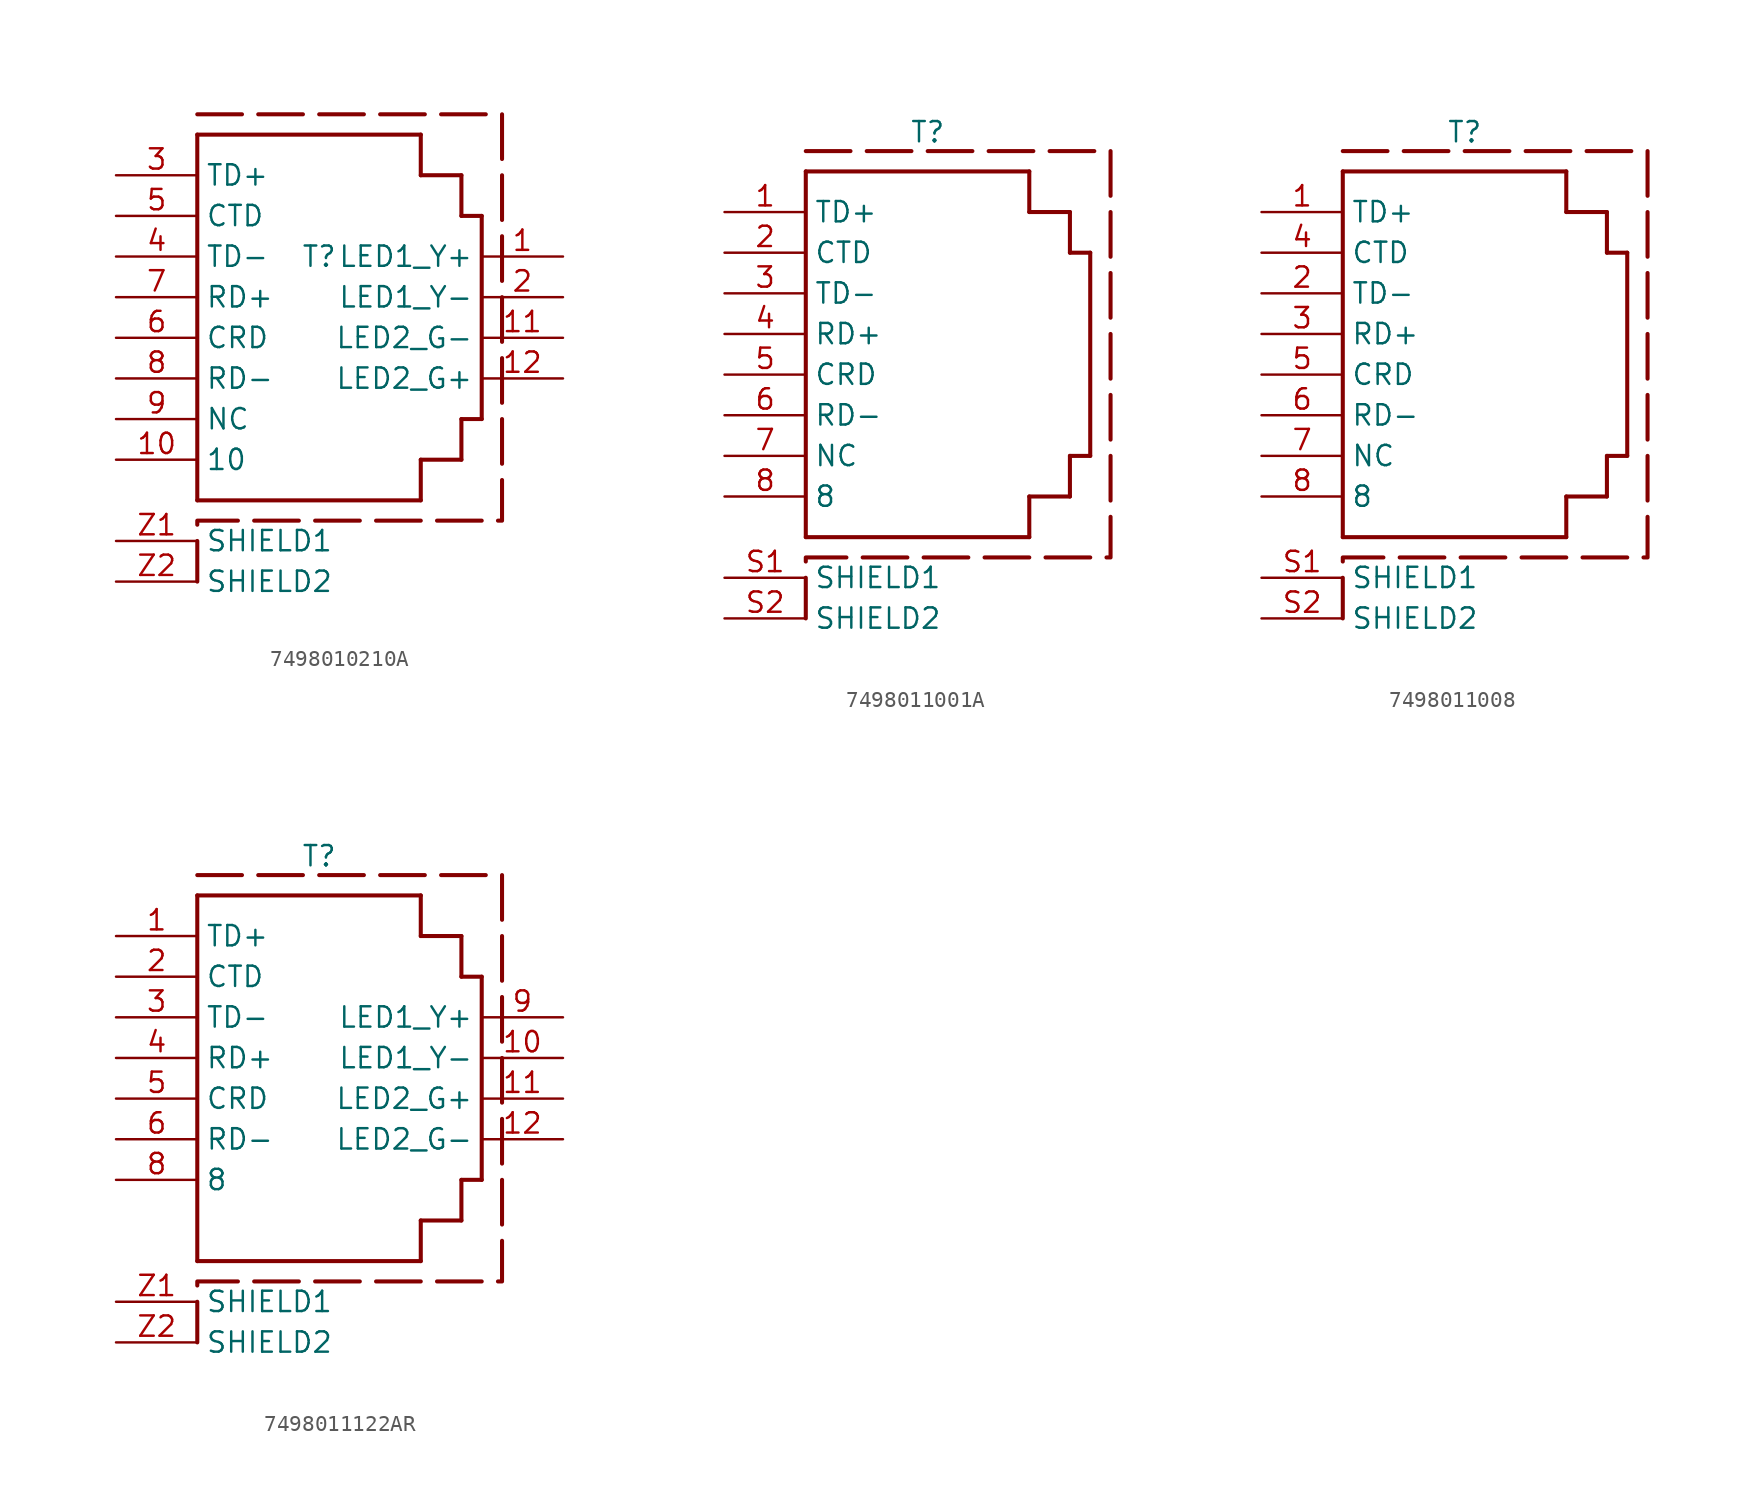
<source format=kicad_sym>
(kicad_symbol_lib
  (version 20220914)
  (generator kicad_symbol_editor)
  (symbol "7498010210A"
    (property "Reference" "T"
      (at 0 5.08 0)
      (effects (font (size 1.27 1.27))))
    (property "Critical Parameter" ""
      (at 0 -5.08 0)
      (effects (font (size 1.27 1.27)) (justify left)))
    (symbol "7498010210A_0_0"
      (polyline (pts (xy -7.62 -10.16) (xy -7.62 12.7)) (stroke (width 0.254) (type default)) (fill (type none)))
      (polyline (pts (xy -7.62 12.7) (xy 6.35 12.7)) (stroke (width 0.254) (type default)) (fill (type none)))
      (polyline (pts (xy 6.35 -10.16) (xy -7.62 -10.16)) (stroke (width 0.254) (type default)) (fill (type none)))
      (polyline (pts (xy 6.35 -10.16) (xy 6.35 -7.62)) (stroke (width 0.254) (type default)) (fill (type none)))
      (polyline (pts (xy 6.35 -7.62) (xy 8.89 -7.62)) (stroke (width 0.254) (type default)) (fill (type none)))
      (polyline (pts (xy 6.35 10.16) (xy 8.89 10.16)) (stroke (width 0.254) (type default)) (fill (type none)))
      (polyline (pts (xy 6.35 12.7) (xy 6.35 10.16)) (stroke (width 0.254) (type default)) (fill (type none)))
      (polyline (pts (xy 8.89 -7.62) (xy 8.89 -5.08)) (stroke (width 0.254) (type default)) (fill (type none)))
      (polyline (pts (xy 8.89 -5.08) (xy 10.16 -5.08)) (stroke (width 0.254) (type default)) (fill (type none)))
      (polyline (pts (xy 8.89 7.62) (xy 10.16 7.62)) (stroke (width 0.254) (type default)) (fill (type none)))
      (polyline (pts (xy 8.89 10.16) (xy 8.89 7.62)) (stroke (width 0.254) (type default)) (fill (type none)))
      (polyline (pts (xy 10.16 7.62) (xy 10.16 -5.08)) (stroke (width 0.254) (type default)) (fill (type none)))
      (pin passive line (at -12.7 -7.62 0) (length 5.08) (name "10" (effects (font (size 1.27 1.27)))) (number "10" (effects (font (size 1.27 1.27)))))
      (pin passive line (at -12.7 10.16 0) (length 5.08) (name "TD+" (effects (font (size 1.27 1.27)))) (number "3" (effects (font (size 1.27 1.27)))))
      (pin passive line (at -12.7 5.08 0) (length 5.08) (name "TD-" (effects (font (size 1.27 1.27)))) (number "4" (effects (font (size 1.27 1.27)))))
      (pin passive line (at -12.7 7.62 0) (length 5.08) (name "CTD" (effects (font (size 1.27 1.27)))) (number "5" (effects (font (size 1.27 1.27)))))
      (pin passive line (at -12.7 0 0) (length 5.08) (name "CRD" (effects (font (size 1.27 1.27)))) (number "6" (effects (font (size 1.27 1.27)))))
      (pin passive line (at -12.7 2.54 0) (length 5.08) (name "RD+" (effects (font (size 1.27 1.27)))) (number "7" (effects (font (size 1.27 1.27)))))
      (pin passive line (at -12.7 -2.54 0) (length 5.08) (name "RD-" (effects (font (size 1.27 1.27)))) (number "8" (effects (font (size 1.27 1.27)))))
      (pin passive line (at -12.7 -5.08 0) (length 5.08) (name "NC" (effects (font (size 1.27 1.27)))) (number "9" (effects (font (size 1.27 1.27)))))
      (pin passive line (at -12.7 -12.7 0) (length 5.08) (name "SHIELD1" (effects (font (size 1.27 1.27)))) (number "Z1" (effects (font (size 1.27 1.27)))))
      (pin passive line (at -12.7 -15.24 0) (length 5.08) (name "SHIELD2" (effects (font (size 1.27 1.27)))) (number "Z2" (effects (font (size 1.27 1.27))))))
    (symbol "7498010210A_1_0"
      (pin passive line (at 15.24 5.08 180) (length 5.08) (name "LED1_Y+" (effects (font (size 1.27 1.27)))) (number "1" (effects (font (size 1.27 1.27)))))
      (pin passive line (at 15.24 0 180) (length 5.08) (name "LED2_G-" (effects (font (size 1.27 1.27)))) (number "11" (effects (font (size 1.27 1.27)))))
      (pin passive line (at 15.24 -2.54 180) (length 5.08) (name "LED2_G+" (effects (font (size 1.27 1.27)))) (number "12" (effects (font (size 1.27 1.27)))))
      (pin passive line (at 15.24 2.54 180) (length 5.08) (name "LED1_Y-" (effects (font (size 1.27 1.27)))) (number "2" (effects (font (size 1.27 1.27))))))
    (symbol "7498010210A_1_1"
      (polyline (pts (xy -7.62 13.97) (xy 11.43 13.97) (xy 11.43 -11.43) (xy -7.62 -11.43) (xy -7.62 -15.24)) (stroke (width 0.254) (type dash)) (fill (type none)))))
  (symbol "7498011001A"
    (property "Reference" "T"
      (at 0 15.16 0)
      (effects (font (size 1.27 1.27))))
    (property "Critical Parameter" ""
      (at 0 -5.08 0)
      (effects (font (size 1.27 1.27)) (justify left)))
    (symbol "7498011001A_0_0"
      (polyline (pts (xy -7.62 -10.16) (xy -7.62 12.7)) (stroke (width 0.254) (type default)) (fill (type none)))
      (polyline (pts (xy -7.62 12.7) (xy 6.35 12.7)) (stroke (width 0.254) (type default)) (fill (type none)))
      (polyline (pts (xy 6.35 -10.16) (xy -7.62 -10.16)) (stroke (width 0.254) (type default)) (fill (type none)))
      (polyline (pts (xy 6.35 -10.16) (xy 6.35 -7.62)) (stroke (width 0.254) (type default)) (fill (type none)))
      (polyline (pts (xy 6.35 -7.62) (xy 8.89 -7.62)) (stroke (width 0.254) (type default)) (fill (type none)))
      (polyline (pts (xy 6.35 10.16) (xy 8.89 10.16)) (stroke (width 0.254) (type default)) (fill (type none)))
      (polyline (pts (xy 6.35 12.7) (xy 6.35 10.16)) (stroke (width 0.254) (type default)) (fill (type none)))
      (polyline (pts (xy 8.89 -7.62) (xy 8.89 -5.08)) (stroke (width 0.254) (type default)) (fill (type none)))
      (polyline (pts (xy 8.89 -5.08) (xy 10.16 -5.08)) (stroke (width 0.254) (type default)) (fill (type none)))
      (polyline (pts (xy 8.89 7.62) (xy 10.16 7.62)) (stroke (width 0.254) (type default)) (fill (type none)))
      (polyline (pts (xy 8.89 10.16) (xy 8.89 7.62)) (stroke (width 0.254) (type default)) (fill (type none)))
      (polyline (pts (xy 10.16 7.62) (xy 10.16 -5.08)) (stroke (width 0.254) (type default)) (fill (type none)))
      (pin passive line (at -12.7 10.16 0) (length 5.08) (name "TD+" (effects (font (size 1.27 1.27)))) (number "1" (effects (font (size 1.27 1.27)))))
      (pin passive line (at -12.7 7.62 0) (length 5.08) (name "CTD" (effects (font (size 1.27 1.27)))) (number "2" (effects (font (size 1.27 1.27)))))
      (pin passive line (at -12.7 5.08 0) (length 5.08) (name "TD-" (effects (font (size 1.27 1.27)))) (number "3" (effects (font (size 1.27 1.27)))))
      (pin passive line (at -12.7 2.54 0) (length 5.08) (name "RD+" (effects (font (size 1.27 1.27)))) (number "4" (effects (font (size 1.27 1.27)))))
      (pin passive line (at -12.7 0 0) (length 5.08) (name "CRD" (effects (font (size 1.27 1.27)))) (number "5" (effects (font (size 1.27 1.27)))))
      (pin passive line (at -12.7 -2.54 0) (length 5.08) (name "RD-" (effects (font (size 1.27 1.27)))) (number "6" (effects (font (size 1.27 1.27)))))
      (pin passive line (at -12.7 -5.08 0) (length 5.08) (name "NC" (effects (font (size 1.27 1.27)))) (number "7" (effects (font (size 1.27 1.27)))))
      (pin passive line (at -12.7 -7.62 0) (length 5.08) (name "8" (effects (font (size 1.27 1.27)))) (number "8" (effects (font (size 1.27 1.27)))))
      (pin passive line (at -12.7 -12.7 0) (length 5.08) (name "SHIELD1" (effects (font (size 1.27 1.27)))) (number "S1" (effects (font (size 1.27 1.27)))))
      (pin passive line (at -12.7 -15.24 0) (length 5.08) (name "SHIELD2" (effects (font (size 1.27 1.27)))) (number "S2" (effects (font (size 1.27 1.27))))))
    (symbol "7498011001A_1_1"
      (polyline (pts (xy -7.62 13.97) (xy 11.43 13.97) (xy 11.43 -11.43) (xy -7.62 -11.43) (xy -7.62 -15.24)) (stroke (width 0.254) (type dash)) (fill (type none)))))
  (symbol "7498011008"
    (property "Reference" "T"
      (at 0 15.16 0)
      (effects (font (size 1.27 1.27))))
    (property "Critical Parameter" ""
      (at 0 -5.08 0)
      (effects (font (size 1.27 1.27)) (justify left)))
    (symbol "7498011008_0_0"
      (polyline (pts (xy -7.62 -10.16) (xy -7.62 12.7)) (stroke (width 0.254) (type default)) (fill (type none)))
      (polyline (pts (xy -7.62 12.7) (xy 6.35 12.7)) (stroke (width 0.254) (type default)) (fill (type none)))
      (polyline (pts (xy 6.35 -10.16) (xy -7.62 -10.16)) (stroke (width 0.254) (type default)) (fill (type none)))
      (polyline (pts (xy 6.35 -10.16) (xy 6.35 -7.62)) (stroke (width 0.254) (type default)) (fill (type none)))
      (polyline (pts (xy 6.35 -7.62) (xy 8.89 -7.62)) (stroke (width 0.254) (type default)) (fill (type none)))
      (polyline (pts (xy 6.35 10.16) (xy 8.89 10.16)) (stroke (width 0.254) (type default)) (fill (type none)))
      (polyline (pts (xy 6.35 12.7) (xy 6.35 10.16)) (stroke (width 0.254) (type default)) (fill (type none)))
      (polyline (pts (xy 8.89 -7.62) (xy 8.89 -5.08)) (stroke (width 0.254) (type default)) (fill (type none)))
      (polyline (pts (xy 8.89 -5.08) (xy 10.16 -5.08)) (stroke (width 0.254) (type default)) (fill (type none)))
      (polyline (pts (xy 8.89 7.62) (xy 10.16 7.62)) (stroke (width 0.254) (type default)) (fill (type none)))
      (polyline (pts (xy 8.89 10.16) (xy 8.89 7.62)) (stroke (width 0.254) (type default)) (fill (type none)))
      (polyline (pts (xy 10.16 7.62) (xy 10.16 -5.08)) (stroke (width 0.254) (type default)) (fill (type none)))
      (pin passive line (at -12.7 10.16 0) (length 5.08) (name "TD+" (effects (font (size 1.27 1.27)))) (number "1" (effects (font (size 1.27 1.27)))))
      (pin passive line (at -12.7 5.08 0) (length 5.08) (name "TD-" (effects (font (size 1.27 1.27)))) (number "2" (effects (font (size 1.27 1.27)))))
      (pin passive line (at -12.7 2.54 0) (length 5.08) (name "RD+" (effects (font (size 1.27 1.27)))) (number "3" (effects (font (size 1.27 1.27)))))
      (pin passive line (at -12.7 7.62 0) (length 5.08) (name "CTD" (effects (font (size 1.27 1.27)))) (number "4" (effects (font (size 1.27 1.27)))))
      (pin passive line (at -12.7 0 0) (length 5.08) (name "CRD" (effects (font (size 1.27 1.27)))) (number "5" (effects (font (size 1.27 1.27)))))
      (pin passive line (at -12.7 -2.54 0) (length 5.08) (name "RD-" (effects (font (size 1.27 1.27)))) (number "6" (effects (font (size 1.27 1.27)))))
      (pin passive line (at -12.7 -5.08 0) (length 5.08) (name "NC" (effects (font (size 1.27 1.27)))) (number "7" (effects (font (size 1.27 1.27)))))
      (pin passive line (at -12.7 -7.62 0) (length 5.08) (name "8" (effects (font (size 1.27 1.27)))) (number "8" (effects (font (size 1.27 1.27)))))
      (pin passive line (at -12.7 -12.7 0) (length 5.08) (name "SHIELD1" (effects (font (size 1.27 1.27)))) (number "S1" (effects (font (size 1.27 1.27)))))
      (pin passive line (at -12.7 -15.24 0) (length 5.08) (name "SHIELD2" (effects (font (size 1.27 1.27)))) (number "S2" (effects (font (size 1.27 1.27))))))
    (symbol "7498011008_1_1"
      (polyline (pts (xy -1.27 13.97) (xy -1.27 13.97)) (stroke (width 0) (type default)) (fill (type none)))
      (polyline (pts (xy -7.62 13.97) (xy 11.43 13.97) (xy 11.43 -11.43) (xy -7.62 -11.43) (xy -7.62 -15.24)) (stroke (width 0.254) (type dash)) (fill (type none)))))
  (symbol "7498011122AR"
    (property "Reference" "T"
      (at 0 15.16 0)
      (effects (font (size 1.27 1.27))))
    (property "Critical Parameter" ""
      (at 0 -5.08 0)
      (effects (font (size 1.27 1.27)) (justify left)))
    (symbol "7498011122AR_0_0"
      (polyline (pts (xy -7.62 -10.16) (xy -7.62 12.7)) (stroke (width 0.254) (type default)) (fill (type none)))
      (polyline (pts (xy -7.62 12.7) (xy 6.35 12.7)) (stroke (width 0.254) (type default)) (fill (type none)))
      (polyline (pts (xy 6.35 -10.16) (xy -7.62 -10.16)) (stroke (width 0.254) (type default)) (fill (type none)))
      (polyline (pts (xy 6.35 -10.16) (xy 6.35 -7.62)) (stroke (width 0.254) (type default)) (fill (type none)))
      (polyline (pts (xy 6.35 -7.62) (xy 8.89 -7.62)) (stroke (width 0.254) (type default)) (fill (type none)))
      (polyline (pts (xy 6.35 10.16) (xy 8.89 10.16)) (stroke (width 0.254) (type default)) (fill (type none)))
      (polyline (pts (xy 6.35 12.7) (xy 6.35 10.16)) (stroke (width 0.254) (type default)) (fill (type none)))
      (polyline (pts (xy 8.89 -7.62) (xy 8.89 -5.08)) (stroke (width 0.254) (type default)) (fill (type none)))
      (polyline (pts (xy 8.89 -5.08) (xy 10.16 -5.08)) (stroke (width 0.254) (type default)) (fill (type none)))
      (polyline (pts (xy 8.89 7.62) (xy 10.16 7.62)) (stroke (width 0.254) (type default)) (fill (type none)))
      (polyline (pts (xy 8.89 10.16) (xy 8.89 7.62)) (stroke (width 0.254) (type default)) (fill (type none)))
      (polyline (pts (xy 10.16 7.62) (xy 10.16 -5.08)) (stroke (width 0.254) (type default)) (fill (type none)))
      (pin passive line (at -12.7 10.16 0) (length 5.08) (name "TD+" (effects (font (size 1.27 1.27)))) (number "1" (effects (font (size 1.27 1.27)))))
      (pin passive line (at -12.7 7.62 0) (length 5.08) (name "CTD" (effects (font (size 1.27 1.27)))) (number "2" (effects (font (size 1.27 1.27)))))
      (pin passive line (at -12.7 5.08 0) (length 5.08) (name "TD-" (effects (font (size 1.27 1.27)))) (number "3" (effects (font (size 1.27 1.27)))))
      (pin passive line (at -12.7 2.54 0) (length 5.08) (name "RD+" (effects (font (size 1.27 1.27)))) (number "4" (effects (font (size 1.27 1.27)))))
      (pin passive line (at -12.7 0 0) (length 5.08) (name "CRD" (effects (font (size 1.27 1.27)))) (number "5" (effects (font (size 1.27 1.27)))))
      (pin passive line (at -12.7 -2.54 0) (length 5.08) (name "RD-" (effects (font (size 1.27 1.27)))) (number "6" (effects (font (size 1.27 1.27)))))
      (pin passive line (at -12.7 -5.08 0) (length 5.08) (name "8" (effects (font (size 1.27 1.27)))) (number "8" (effects (font (size 1.27 1.27)))))
      (pin passive line (at -12.7 -12.7 0) (length 5.08) (name "SHIELD1" (effects (font (size 1.27 1.27)))) (number "Z1" (effects (font (size 1.27 1.27)))))
      (pin passive line (at -12.7 -15.24 0) (length 5.08) (name "SHIELD2" (effects (font (size 1.27 1.27)))) (number "Z2" (effects (font (size 1.27 1.27))))))
    (symbol "7498011122AR_1_0"
      (pin passive line (at 15.24 2.54 180) (length 5.08) (name "LED1_Y-" (effects (font (size 1.27 1.27)))) (number "10" (effects (font (size 1.27 1.27)))))
      (pin passive line (at 15.24 0 180) (length 5.08) (name "LED2_G+" (effects (font (size 1.27 1.27)))) (number "11" (effects (font (size 1.27 1.27)))))
      (pin passive line (at 15.24 -2.54 180) (length 5.08) (name "LED2_G-" (effects (font (size 1.27 1.27)))) (number "12" (effects (font (size 1.27 1.27)))))
      (pin passive line (at 15.24 5.08 180) (length 5.08) (name "LED1_Y+" (effects (font (size 1.27 1.27)))) (number "9" (effects (font (size 1.27 1.27))))))
    (symbol "7498011122AR_1_1"
      (polyline (pts (xy 5.08 -11.43) (xy 5.08 -11.43)) (stroke (width 0) (type default)) (fill (type none)))
      (polyline (pts (xy -7.62 13.97) (xy 11.43 13.97) (xy 11.43 -11.43) (xy -7.62 -11.43) (xy -7.62 -15.24)) (stroke (width 0.254) (type dash)) (fill (type none))))))
</source>
